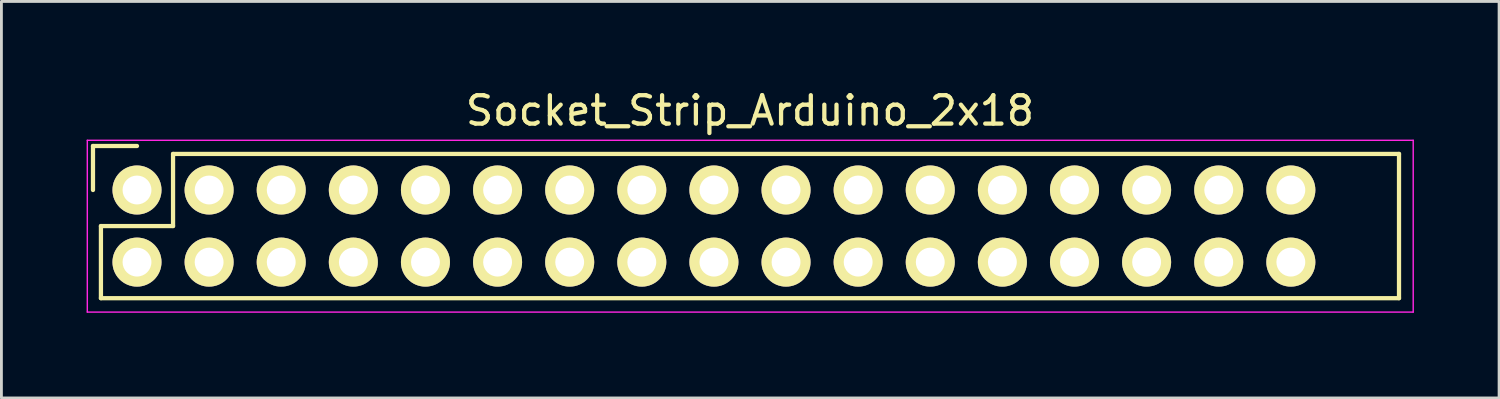
<source format=kicad_pcb>
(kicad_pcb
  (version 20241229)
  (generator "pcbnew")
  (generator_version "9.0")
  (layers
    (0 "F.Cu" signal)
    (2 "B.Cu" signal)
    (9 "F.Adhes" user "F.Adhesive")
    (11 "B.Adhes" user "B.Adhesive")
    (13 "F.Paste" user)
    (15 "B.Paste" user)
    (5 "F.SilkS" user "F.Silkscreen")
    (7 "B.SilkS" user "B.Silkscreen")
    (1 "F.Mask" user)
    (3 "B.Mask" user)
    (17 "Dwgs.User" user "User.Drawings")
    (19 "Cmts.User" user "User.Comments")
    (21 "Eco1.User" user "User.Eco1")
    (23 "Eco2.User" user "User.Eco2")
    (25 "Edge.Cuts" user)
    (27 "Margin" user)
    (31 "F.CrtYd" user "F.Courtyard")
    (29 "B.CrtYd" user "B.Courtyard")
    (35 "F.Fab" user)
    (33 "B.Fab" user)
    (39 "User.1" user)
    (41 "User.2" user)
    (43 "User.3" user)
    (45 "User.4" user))
  (footprint "Socket_Strip_Arduino_2x18"
    (layer "F.Cu")
    (at 1.775 3.642)
    (property "Reference" "Socket_Strip_Arduino_2x18" (at 21.59 -2.794 0) (layer "F.SilkS") (effects (font (size 1 1) (thickness 0.15))))
    (attr through_hole)
    (fp_line (start -1.55 -1.55) (end -1.55 0) (stroke (width 0.15) (type solid)) (layer "F.SilkS"))
    (fp_line (start -1.27 1.27) (end 1.27 1.27) (stroke (width 0.15) (type solid)) (layer "F.SilkS"))
    (fp_line (start -1.27 3.81) (end -1.27 1.27) (stroke (width 0.15) (type solid)) (layer "F.SilkS"))
    (fp_line (start -1.27 3.81) (end 44.45 3.81) (stroke (width 0.15) (type solid)) (layer "F.SilkS"))
    (fp_line (start 0 -1.55) (end -1.55 -1.55) (stroke (width 0.15) (type solid)) (layer "F.SilkS"))
    (fp_line (start 1.27 1.27) (end 1.27 -1.27) (stroke (width 0.15) (type solid)) (layer "F.SilkS"))
    (fp_line (start 44.45 -1.27) (end 1.27 -1.27) (stroke (width 0.15) (type solid)) (layer "F.SilkS"))
    (fp_line (start 44.45 3.81) (end 44.45 -1.27) (stroke (width 0.15) (type solid)) (layer "F.SilkS"))
    (fp_line (start -1.75 -1.75) (end -1.75 4.3) (stroke (width 0.05) (type solid)) (layer "F.CrtYd"))
    (fp_line (start -1.75 -1.75) (end 44.95 -1.75) (stroke (width 0.05) (type solid)) (layer "F.CrtYd"))
    (fp_line (start -1.75 4.3) (end 44.95 4.3) (stroke (width 0.05) (type solid)) (layer "F.CrtYd"))
    (fp_line (start 44.95 -1.75) (end 44.95 4.3) (stroke (width 0.05) (type solid)) (layer "F.CrtYd"))
    (pad "1" thru_hole circle (at 0 0) (size 1.727 1.727) (drill 1.016) (layers "*.Cu" "*.Mask" "F.SilkS"))
    (pad "2" thru_hole oval (at 0 2.54) (size 1.727 1.727) (drill 1.016) (layers "*.Cu" "*.Mask" "F.SilkS"))
    (pad "3" thru_hole oval (at 2.54 0) (size 1.727 1.727) (drill 1.016) (layers "*.Cu" "*.Mask" "F.SilkS"))
    (pad "4" thru_hole oval (at 2.54 2.54) (size 1.727 1.727) (drill 1.016) (layers "*.Cu" "*.Mask" "F.SilkS"))
    (pad "5" thru_hole oval (at 5.08 0) (size 1.727 1.727) (drill 1.016) (layers "*.Cu" "*.Mask" "F.SilkS"))
    (pad "6" thru_hole oval (at 5.08 2.54) (size 1.727 1.727) (drill 1.016) (layers "*.Cu" "*.Mask" "F.SilkS"))
    (pad "7" thru_hole oval (at 7.62 0) (size 1.727 1.727) (drill 1.016) (layers "*.Cu" "*.Mask" "F.SilkS"))
    (pad "8" thru_hole oval (at 7.62 2.54) (size 1.727 1.727) (drill 1.016) (layers "*.Cu" "*.Mask" "F.SilkS"))
    (pad "9" thru_hole oval (at 10.16 0) (size 1.727 1.727) (drill 1.016) (layers "*.Cu" "*.Mask" "F.SilkS"))
    (pad "10" thru_hole oval (at 10.16 2.54) (size 1.727 1.727) (drill 1.016) (layers "*.Cu" "*.Mask" "F.SilkS"))
    (pad "11" thru_hole oval (at 12.7 0) (size 1.727 1.727) (drill 1.016) (layers "*.Cu" "*.Mask" "F.SilkS"))
    (pad "12" thru_hole oval (at 12.7 2.54) (size 1.727 1.727) (drill 1.016) (layers "*.Cu" "*.Mask" "F.SilkS"))
    (pad "13" thru_hole oval (at 15.24 0) (size 1.727 1.727) (drill 1.016) (layers "*.Cu" "*.Mask" "F.SilkS"))
    (pad "14" thru_hole oval (at 15.24 2.54) (size 1.727 1.727) (drill 1.016) (layers "*.Cu" "*.Mask" "F.SilkS"))
    (pad "15" thru_hole oval (at 17.78 0) (size 1.727 1.727) (drill 1.016) (layers "*.Cu" "*.Mask" "F.SilkS"))
    (pad "16" thru_hole oval (at 17.78 2.54) (size 1.727 1.727) (drill 1.016) (layers "*.Cu" "*.Mask" "F.SilkS"))
    (pad "17" thru_hole oval (at 20.32 0) (size 1.727 1.727) (drill 1.016) (layers "*.Cu" "*.Mask" "F.SilkS"))
    (pad "18" thru_hole oval (at 20.32 2.54) (size 1.727 1.727) (drill 1.016) (layers "*.Cu" "*.Mask" "F.SilkS"))
    (pad "19" thru_hole oval (at 22.86 0) (size 1.727 1.727) (drill 1.016) (layers "*.Cu" "*.Mask" "F.SilkS"))
    (pad "20" thru_hole oval (at 22.86 2.54) (size 1.727 1.727) (drill 1.016) (layers "*.Cu" "*.Mask" "F.SilkS"))
    (pad "21" thru_hole oval (at 25.4 0) (size 1.727 1.727) (drill 1.016) (layers "*.Cu" "*.Mask" "F.SilkS"))
    (pad "22" thru_hole oval (at 25.4 2.54) (size 1.727 1.727) (drill 1.016) (layers "*.Cu" "*.Mask" "F.SilkS"))
    (pad "23" thru_hole oval (at 27.94 0) (size 1.727 1.727) (drill 1.016) (layers "*.Cu" "*.Mask" "F.SilkS"))
    (pad "24" thru_hole oval (at 27.94 2.54) (size 1.727 1.727) (drill 1.016) (layers "*.Cu" "*.Mask" "F.SilkS"))
    (pad "25" thru_hole oval (at 30.48 0) (size 1.727 1.727) (drill 1.016) (layers "*.Cu" "*.Mask" "F.SilkS"))
    (pad "26" thru_hole oval (at 30.48 2.54) (size 1.727 1.727) (drill 1.016) (layers "*.Cu" "*.Mask" "F.SilkS"))
    (pad "27" thru_hole oval (at 33.02 0) (size 1.727 1.727) (drill 1.016) (layers "*.Cu" "*.Mask" "F.SilkS"))
    (pad "28" thru_hole oval (at 33.02 2.54) (size 1.727 1.727) (drill 1.016) (layers "*.Cu" "*.Mask" "F.SilkS"))
    (pad "29" thru_hole oval (at 35.56 0) (size 1.727 1.727) (drill 1.016) (layers "*.Cu" "*.Mask" "F.SilkS"))
    (pad "30" thru_hole oval (at 35.56 2.54) (size 1.727 1.727) (drill 1.016) (layers "*.Cu" "*.Mask" "F.SilkS"))
    (pad "31" thru_hole oval (at 38.1 0) (size 1.727 1.727) (drill 1.016) (layers "*.Cu" "*.Mask" "F.SilkS"))
    (pad "32" thru_hole oval (at 38.1 2.54) (size 1.727 1.727) (drill 1.016) (layers "*.Cu" "*.Mask" "F.SilkS"))
    (pad "33" thru_hole oval (at 40.64 0) (size 1.727 1.727) (drill 1.016) (layers "*.Cu" "*.Mask" "F.SilkS"))
    (pad "34" thru_hole oval (at 40.64 2.54) (size 1.727 1.727) (drill 1.016) (layers "*.Cu" "*.Mask" "F.SilkS")))
  (gr_rect
    (start -3 -3)
    (end 49.75 10.967)
    (stroke (width 0.1) (type default))
    (fill no)
    (layer "Edge.Cuts")))
</source>
